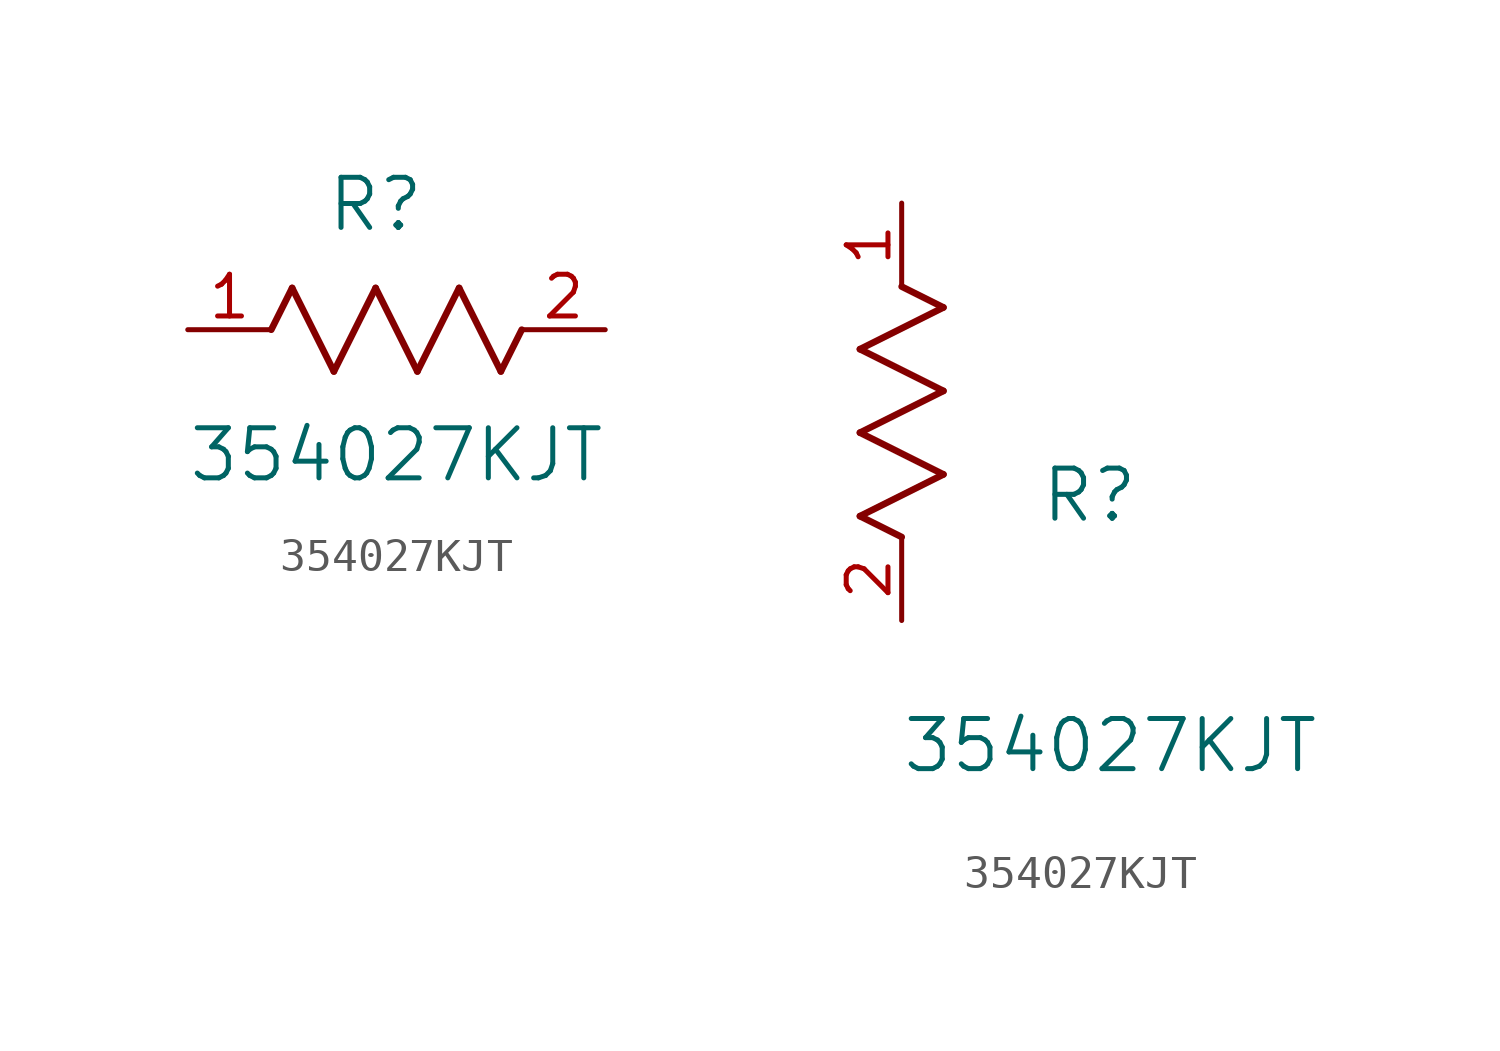
<source format=kicad_sym>
(kicad_symbol_lib
  (version 20211014)
  (generator kicad_symbol_editor)
  (symbol "354027KJT"
    (pin_names
      (offset 0.254))
    (property "Reference" "R"
      (at 5.715 3.81 0)
      (effects (font (size 1.524 1.524))))
    (property "Value" "354027KJT"
      (at 6.35 -3.81 0)
      (effects (font (size 1.524 1.524))))
    (symbol "354027KJT_1_1"
      (polyline (pts (xy 3.175 1.27) (xy 4.445 -1.27)) (stroke (width 0.203) (type default) (color 0 0 0 0)) (fill (type none)))
      (polyline (pts (xy 4.445 -1.27) (xy 5.715 1.27)) (stroke (width 0.203) (type default) (color 0 0 0 0)) (fill (type none)))
      (polyline (pts (xy 5.715 1.27) (xy 6.985 -1.27)) (stroke (width 0.203) (type default) (color 0 0 0 0)) (fill (type none)))
      (polyline (pts (xy 6.985 -1.27) (xy 8.255 1.27)) (stroke (width 0.203) (type default) (color 0 0 0 0)) (fill (type none)))
      (polyline (pts (xy 8.255 1.27) (xy 9.525 -1.27)) (stroke (width 0.203) (type default) (color 0 0 0 0)) (fill (type none)))
      (polyline (pts (xy 2.54 0) (xy 3.175 1.27)) (stroke (width 0.203) (type default) (color 0 0 0 0)) (fill (type none)))
      (polyline (pts (xy 9.525 -1.27) (xy 10.16 0)) (stroke (width 0.203) (type default) (color 0 0 0 0)) (fill (type none)))
      (pin unspecified line (at 0 0 0) (length 2.54) (name "" (effects (font (size 1.27 1.27)))) (number "1" (effects (font (size 1.27 1.27)))))
      (pin unspecified line (at 12.7 0 180) (length 2.54) (name "" (effects (font (size 1.27 1.27)))) (number "2" (effects (font (size 1.27 1.27))))))
    (symbol "354027KJT_1_2"
      (polyline (pts (xy 0 2.54) (xy -1.27 3.175)) (stroke (width 0.203) (type default) (color 0 0 0 0)) (fill (type none)))
      (polyline (pts (xy -1.27 3.175) (xy 1.27 4.445)) (stroke (width 0.203) (type default) (color 0 0 0 0)) (fill (type none)))
      (polyline (pts (xy 1.27 4.445) (xy -1.27 5.715)) (stroke (width 0.203) (type default) (color 0 0 0 0)) (fill (type none)))
      (polyline (pts (xy -1.27 5.715) (xy 1.27 6.985)) (stroke (width 0.203) (type default) (color 0 0 0 0)) (fill (type none)))
      (polyline (pts (xy -1.27 8.255) (xy 1.27 9.525)) (stroke (width 0.203) (type default) (color 0 0 0 0)) (fill (type none)))
      (polyline (pts (xy 1.27 9.525) (xy 0 10.16)) (stroke (width 0.203) (type default) (color 0 0 0 0)) (fill (type none)))
      (polyline (pts (xy 1.27 6.985) (xy -1.27 8.255)) (stroke (width 0.203) (type default) (color 0 0 0 0)) (fill (type none)))
      (pin unspecified line (at 0 12.7 270) (length 2.54) (name "" (effects (font (size 1.27 1.27)))) (number "1" (effects (font (size 1.27 1.27)))))
      (pin unspecified line (at 0 0 90) (length 2.54) (name "" (effects (font (size 1.27 1.27)))) (number "2" (effects (font (size 1.27 1.27))))))))
</source>
